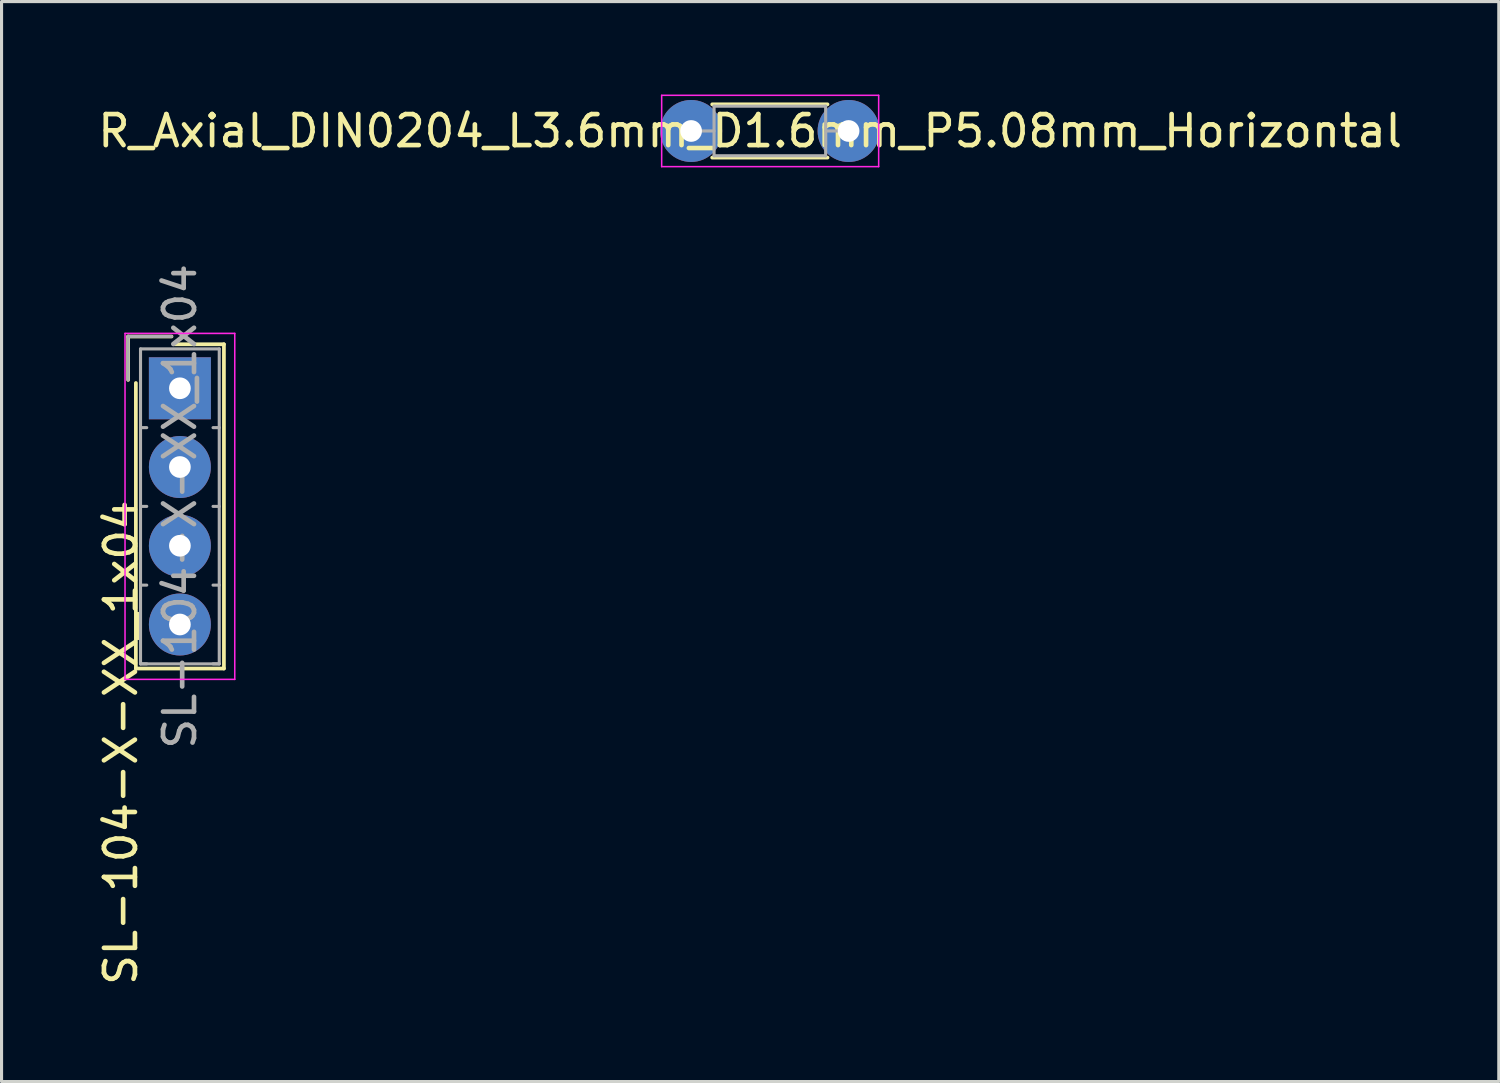
<source format=kicad_pcb>
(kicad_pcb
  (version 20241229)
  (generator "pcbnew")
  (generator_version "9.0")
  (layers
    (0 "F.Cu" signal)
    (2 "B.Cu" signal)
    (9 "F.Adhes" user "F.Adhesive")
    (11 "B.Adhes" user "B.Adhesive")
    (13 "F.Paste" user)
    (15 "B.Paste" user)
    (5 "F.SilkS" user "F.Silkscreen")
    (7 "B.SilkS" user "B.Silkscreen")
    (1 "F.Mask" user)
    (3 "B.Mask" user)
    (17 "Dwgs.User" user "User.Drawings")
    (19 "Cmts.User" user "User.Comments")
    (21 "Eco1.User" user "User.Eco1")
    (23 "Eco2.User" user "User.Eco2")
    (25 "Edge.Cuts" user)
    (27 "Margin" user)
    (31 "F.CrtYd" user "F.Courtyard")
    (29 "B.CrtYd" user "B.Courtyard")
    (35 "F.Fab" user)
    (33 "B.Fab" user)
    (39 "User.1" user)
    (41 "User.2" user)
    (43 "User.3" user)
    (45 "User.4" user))
  (footprint "R_Axial_DIN0204_L3.6mm_D1.6mm_P5.08mm_Horizontal"
    (layer "F.Cu")
    (at 19.244 1.175)
    (property "Reference" "R_Axial_DIN0204_L3.6mm_D1.6mm_P5.08mm_Horizontal" (at 1.905 0 180) (layer "F.SilkS") (effects (font (size 1 1) (thickness 0.15))))
    (attr through_hole)
    (fp_line (start 0.68 -0.86) (end 4.4 -0.86) (stroke (width 0.12) (type solid)) (layer "F.SilkS"))
    (fp_line (start 0.68 0.86) (end 4.4 0.86) (stroke (width 0.12) (type solid)) (layer "F.SilkS"))
    (fp_line (start -0.95 -1.15) (end -0.95 1.15) (stroke (width 0.05) (type solid)) (layer "F.CrtYd"))
    (fp_line (start -0.95 1.15) (end 6.05 1.15) (stroke (width 0.05) (type solid)) (layer "F.CrtYd"))
    (fp_line (start 6.05 -1.15) (end -0.95 -1.15) (stroke (width 0.05) (type solid)) (layer "F.CrtYd"))
    (fp_line (start 6.05 1.15) (end 6.05 -1.15) (stroke (width 0.05) (type solid)) (layer "F.CrtYd"))
    (fp_line (start 0 0) (end 0.74 0) (stroke (width 0.1) (type solid)) (layer "F.Fab"))
    (fp_line (start 0.74 -0.8) (end 0.74 0.8) (stroke (width 0.1) (type solid)) (layer "F.Fab"))
    (fp_line (start 0.74 0.8) (end 4.34 0.8) (stroke (width 0.1) (type solid)) (layer "F.Fab"))
    (fp_line (start 4.34 -0.8) (end 0.74 -0.8) (stroke (width 0.1) (type solid)) (layer "F.Fab"))
    (fp_line (start 4.34 0.8) (end 4.34 -0.8) (stroke (width 0.1) (type solid)) (layer "F.Fab"))
    (fp_line (start 5.08 0) (end 4.34 0) (stroke (width 0.1) (type solid)) (layer "F.Fab"))
    (pad "1" thru_hole circle (at 0 0) (size 2 2) (drill 0.7) (layers "*.Cu" "*.Mask"))
    (pad "2" thru_hole circle (at 5.08 0) (size 2 2) (drill 0.7) (layers "*.Cu" "*.Mask")))
  (footprint "SL-104-X-XX_1x04"
    (layer "F.Cu")
    (at 2.753 9.475)
    (property "Reference" "SL-104-X-XX_1x04" (at -1.905 11.43 90) (layer "F.SilkS") (effects (font (size 1 1) (thickness 0.15))))
    (attr through_hole)
    (fp_line (start -1.67 -1.67) (end -1.67 -0.27) (stroke (width 0.12) (type solid)) (layer "F.SilkS"))
    (fp_line (start -1.42 9.04) (end -1.42 -0.17) (stroke (width 0.12) (type solid)) (layer "F.SilkS"))
    (fp_line (start -0.27 -1.67) (end -1.67 -1.67) (stroke (width 0.12) (type solid)) (layer "F.SilkS"))
    (fp_line (start -0.17 -1.42) (end 1.42 -1.42) (stroke (width 0.12) (type solid)) (layer "F.SilkS"))
    (fp_line (start 1.42 -1.42) (end 1.42 9.04) (stroke (width 0.12) (type solid)) (layer "F.SilkS"))
    (fp_line (start 1.42 9.04) (end -1.42 9.04) (stroke (width 0.12) (type solid)) (layer "F.SilkS"))
    (fp_line (start -1.77 -1.77) (end -1.77 9.39) (stroke (width 0.05) (type solid)) (layer "F.CrtYd"))
    (fp_line (start -1.77 9.39) (end 1.77 9.39) (stroke (width 0.05) (type solid)) (layer "F.CrtYd"))
    (fp_line (start 1.77 -1.77) (end -1.77 -1.77) (stroke (width 0.05) (type solid)) (layer "F.CrtYd"))
    (fp_line (start 1.77 9.39) (end 1.77 -1.77) (stroke (width 0.05) (type solid)) (layer "F.CrtYd"))
    (fp_line (start -1.67 -1.67) (end -1.67 -0.27) (stroke (width 0.1) (type solid)) (layer "F.Fab"))
    (fp_line (start -1.27 -1.27) (end -1.27 8.89) (stroke (width 0.1) (type solid)) (layer "F.Fab"))
    (fp_line (start -1.27 1.27) (end -1.07 1.27) (stroke (width 0.1) (type solid)) (layer "F.Fab"))
    (fp_line (start -1.27 3.81) (end -1.07 3.81) (stroke (width 0.1) (type solid)) (layer "F.Fab"))
    (fp_line (start -1.27 6.35) (end -1.07 6.35) (stroke (width 0.1) (type solid)) (layer "F.Fab"))
    (fp_line (start -1.27 8.89) (end -1.07 8.89) (stroke (width 0.1) (type solid)) (layer "F.Fab"))
    (fp_line (start -1.27 8.89) (end 1.27 8.89) (stroke (width 0.1) (type solid)) (layer "F.Fab"))
    (fp_line (start -0.27 -1.67) (end -1.67 -1.67) (stroke (width 0.1) (type solid)) (layer "F.Fab"))
    (fp_line (start 1.27 -1.27) (end -1.27 -1.27) (stroke (width 0.1) (type solid)) (layer "F.Fab"))
    (fp_line (start 1.27 1.27) (end 1.07 1.27) (stroke (width 0.1) (type solid)) (layer "F.Fab"))
    (fp_line (start 1.27 3.81) (end 1.07 3.81) (stroke (width 0.1) (type solid)) (layer "F.Fab"))
    (fp_line (start 1.27 6.35) (end 1.07 6.35) (stroke (width 0.1) (type solid)) (layer "F.Fab"))
    (fp_line (start 1.27 8.89) (end 1.07 8.89) (stroke (width 0.1) (type solid)) (layer "F.Fab"))
    (fp_line (start 1.27 8.89) (end 1.27 -1.27) (stroke (width 0.1) (type solid)) (layer "F.Fab"))
    (fp_text user "${REFERENCE}" (at 0 3.81 90) (layer "F.Fab") (effects (font (size 1 1) (thickness 0.15))))
    (pad "1" thru_hole rect (at 0 0) (size 2 2) (drill 0.7) (layers "*.Cu" "*.Mask"))
    (pad "2" thru_hole circle (at 0 2.54) (size 2 2) (drill 0.7) (layers "*.Cu" "*.Mask"))
    (pad "3" thru_hole circle (at 0 5.08) (size 2 2) (drill 0.7) (layers "*.Cu" "*.Mask"))
    (pad "4" thru_hole circle (at 0 7.62) (size 2 2) (drill 0.7) (layers "*.Cu" "*.Mask")))
  (gr_rect
    (start -3 -3)
    (end 45.298 31.839)
    (stroke (width 0.1) (type default))
    (fill no)
    (layer "Edge.Cuts")))
</source>
